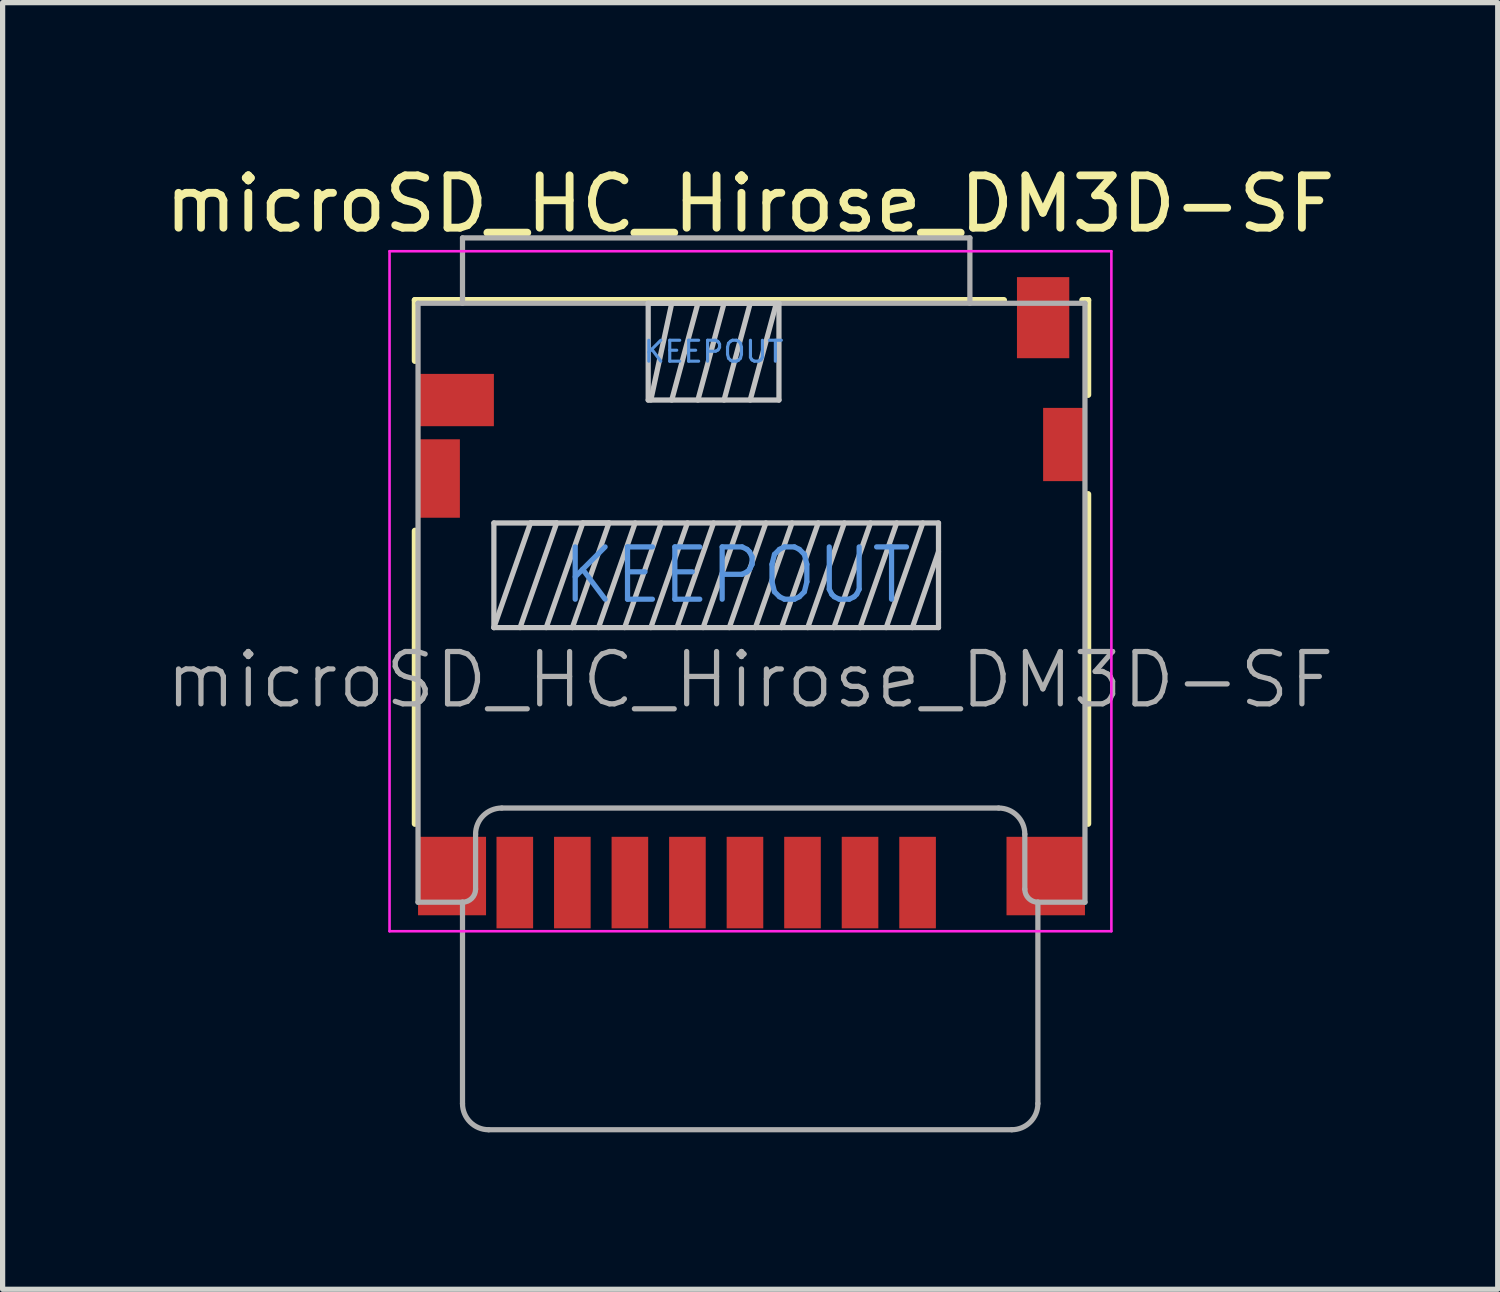
<source format=kicad_pcb>
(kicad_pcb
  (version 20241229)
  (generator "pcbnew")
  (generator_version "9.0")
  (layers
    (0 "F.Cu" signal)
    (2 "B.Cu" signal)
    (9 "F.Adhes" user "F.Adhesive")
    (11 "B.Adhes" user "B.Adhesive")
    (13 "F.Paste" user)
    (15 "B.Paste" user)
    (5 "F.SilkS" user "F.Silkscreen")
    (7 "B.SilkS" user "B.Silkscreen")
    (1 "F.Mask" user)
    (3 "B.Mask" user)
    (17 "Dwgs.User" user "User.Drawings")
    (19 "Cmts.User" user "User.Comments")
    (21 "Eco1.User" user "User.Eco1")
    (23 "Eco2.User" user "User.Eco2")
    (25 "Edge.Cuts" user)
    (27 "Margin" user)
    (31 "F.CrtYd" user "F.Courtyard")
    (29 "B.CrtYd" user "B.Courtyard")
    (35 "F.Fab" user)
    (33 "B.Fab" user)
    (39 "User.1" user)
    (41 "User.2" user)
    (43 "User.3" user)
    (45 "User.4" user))
  (footprint "microSD_HC_Hirose_DM3D-SF"
    (layer "F.Cu")
    (at 11.317 8.473)
    (property "Reference" "microSD_HC_Hirose_DM3D-SF" (at -0.025 -7.625 0) (layer "F.SilkS") (effects (font (size 1 1) (thickness 0.15))))
    (attr smd)
    (fp_line (start -6.435 -5.785) (end 4.825 -5.785) (stroke (width 0.12) (type solid)) (layer "F.SilkS"))
    (fp_line (start -6.435 -4.625) (end -6.435 -5.785) (stroke (width 0.12) (type solid)) (layer "F.SilkS"))
    (fp_line (start -6.435 -1.375) (end -6.435 4.225) (stroke (width 0.12) (type solid)) (layer "F.SilkS"))
    (fp_line (start 6.325 -5.785) (end 6.435 -5.785) (stroke (width 0.12) (type solid)) (layer "F.SilkS"))
    (fp_line (start 6.435 -5.785) (end 6.435 -3.975) (stroke (width 0.12) (type solid)) (layer "F.SilkS"))
    (fp_line (start 6.435 -2.075) (end 6.435 4.225) (stroke (width 0.12) (type solid)) (layer "F.SilkS"))
    (fp_line (start -4.925 -1.525) (end -4.925 0.475) (stroke (width 0.1) (type solid)) (layer "Dwgs.User"))
    (fp_line (start -4.925 -1.525) (end 3.575 -1.525) (stroke (width 0.1) (type solid)) (layer "Dwgs.User"))
    (fp_line (start -4.925 0.475) (end -4.225 -1.525) (stroke (width 0.1) (type solid)) (layer "Dwgs.User"))
    (fp_line (start -4.925 0.475) (end 3.575 0.475) (stroke (width 0.1) (type solid)) (layer "Dwgs.User"))
    (fp_line (start -4.425 0.475) (end -3.725 -1.525) (stroke (width 0.1) (type solid)) (layer "Dwgs.User"))
    (fp_line (start -4.225 -1.525) (end -3.725 -1.525) (stroke (width 0.1) (type solid)) (layer "Dwgs.User"))
    (fp_line (start -3.925 0.475) (end -3.225 -1.525) (stroke (width 0.1) (type solid)) (layer "Dwgs.User"))
    (fp_line (start -3.425 0.475) (end -2.725 -1.525) (stroke (width 0.1) (type solid)) (layer "Dwgs.User"))
    (fp_line (start -3.225 -1.525) (end -2.725 -1.525) (stroke (width 0.1) (type solid)) (layer "Dwgs.User"))
    (fp_line (start -2.925 0.475) (end -2.225 -1.525) (stroke (width 0.1) (type solid)) (layer "Dwgs.User"))
    (fp_line (start -2.425 0.475) (end -1.725 -1.525) (stroke (width 0.1) (type solid)) (layer "Dwgs.User"))
    (fp_line (start -1.975 -5.725) (end -1.975 -3.875) (stroke (width 0.1) (type solid)) (layer "Dwgs.User"))
    (fp_line (start -1.925 -3.875) (end -1.525 -5.725) (stroke (width 0.1) (type solid)) (layer "Dwgs.User"))
    (fp_line (start -1.925 0.475) (end -1.225 -1.525) (stroke (width 0.1) (type solid)) (layer "Dwgs.User"))
    (fp_line (start -1.425 0.475) (end -0.725 -1.525) (stroke (width 0.1) (type solid)) (layer "Dwgs.User"))
    (fp_line (start -1.025 -5.725) (end -1.525 -3.875) (stroke (width 0.1) (type solid)) (layer "Dwgs.User"))
    (fp_line (start -1.025 -3.875) (end -0.525 -5.725) (stroke (width 0.1) (type solid)) (layer "Dwgs.User"))
    (fp_line (start -0.925 0.475) (end -0.225 -1.525) (stroke (width 0.1) (type solid)) (layer "Dwgs.User"))
    (fp_line (start -0.425 0.475) (end 0.275 -1.525) (stroke (width 0.1) (type solid)) (layer "Dwgs.User"))
    (fp_line (start -0.025 -5.725) (end -0.525 -3.875) (stroke (width 0.1) (type solid)) (layer "Dwgs.User"))
    (fp_line (start -0.025 -3.875) (end 0.475 -5.725) (stroke (width 0.1) (type solid)) (layer "Dwgs.User"))
    (fp_line (start 0.075 0.475) (end 0.775 -1.525) (stroke (width 0.1) (type solid)) (layer "Dwgs.User"))
    (fp_line (start 0.525 -5.725) (end -1.975 -5.725) (stroke (width 0.1) (type solid)) (layer "Dwgs.User"))
    (fp_line (start 0.525 -3.875) (end -1.975 -3.875) (stroke (width 0.1) (type solid)) (layer "Dwgs.User"))
    (fp_line (start 0.525 -3.875) (end 0.525 -5.725) (stroke (width 0.1) (type solid)) (layer "Dwgs.User"))
    (fp_line (start 0.575 0.475) (end 1.275 -1.525) (stroke (width 0.1) (type solid)) (layer "Dwgs.User"))
    (fp_line (start 1.075 0.475) (end 1.775 -1.525) (stroke (width 0.1) (type solid)) (layer "Dwgs.User"))
    (fp_line (start 1.575 0.475) (end 2.275 -1.525) (stroke (width 0.1) (type solid)) (layer "Dwgs.User"))
    (fp_line (start 2.075 0.475) (end 2.775 -1.525) (stroke (width 0.1) (type solid)) (layer "Dwgs.User"))
    (fp_line (start 2.575 0.475) (end 3.275 -1.525) (stroke (width 0.1) (type solid)) (layer "Dwgs.User"))
    (fp_line (start 3.075 0.475) (end 3.575 -0.975) (stroke (width 0.1) (type solid)) (layer "Dwgs.User"))
    (fp_line (start 3.575 0.475) (end 3.575 -1.525) (stroke (width 0.1) (type solid)) (layer "Dwgs.User"))
    (fp_line (start -6.92 -6.72) (end 6.88 -6.72) (stroke (width 0.05) (type solid)) (layer "F.CrtYd"))
    (fp_line (start -6.92 6.28) (end -6.92 -6.72) (stroke (width 0.05) (type solid)) (layer "F.CrtYd"))
    (fp_line (start 6.88 -6.72) (end 6.88 6.28) (stroke (width 0.05) (type solid)) (layer "F.CrtYd"))
    (fp_line (start 6.88 6.28) (end -6.92 6.28) (stroke (width 0.05) (type solid)) (layer "F.CrtYd"))
    (fp_line (start -6.375 -5.725) (end 6.375 -5.725) (stroke (width 0.1) (type solid)) (layer "F.Fab"))
    (fp_line (start -6.375 5.725) (end -6.375 -5.725) (stroke (width 0.1) (type solid)) (layer "F.Fab"))
    (fp_line (start -6.375 5.725) (end -5.525 5.725) (stroke (width 0.1) (type solid)) (layer "F.Fab"))
    (fp_line (start -5.525 -6.975) (end 4.175 -6.975) (stroke (width 0.1) (type solid)) (layer "F.Fab"))
    (fp_line (start -5.525 -5.725) (end -5.525 -6.975) (stroke (width 0.1) (type solid)) (layer "F.Fab"))
    (fp_line (start -5.525 5.725) (end -5.525 9.575) (stroke (width 0.1) (type solid)) (layer "F.Fab"))
    (fp_line (start -5.275 5.475) (end -5.275 4.425) (stroke (width 0.1) (type solid)) (layer "F.Fab"))
    (fp_line (start -5.025 10.075) (end 4.975 10.075) (stroke (width 0.1) (type solid)) (layer "F.Fab"))
    (fp_line (start -4.775 3.925) (end 4.725 3.925) (stroke (width 0.1) (type solid)) (layer "F.Fab"))
    (fp_line (start 4.175 -5.725) (end 4.175 -6.975) (stroke (width 0.1) (type solid)) (layer "F.Fab"))
    (fp_line (start 5.225 5.475) (end 5.225 4.425) (stroke (width 0.1) (type solid)) (layer "F.Fab"))
    (fp_line (start 5.475 5.725) (end 6.375 5.725) (stroke (width 0.1) (type solid)) (layer "F.Fab"))
    (fp_line (start 5.475 9.575) (end 5.475 5.725) (stroke (width 0.1) (type solid)) (layer "F.Fab"))
    (fp_line (start 6.375 5.725) (end 6.375 -5.725) (stroke (width 0.1) (type solid)) (layer "F.Fab"))
    (fp_arc (start -5.275 4.425) (mid -5.128553 4.071447) (end -4.775 3.925) (stroke (width 0.1) (type solid)) (layer "F.Fab"))
    (fp_arc (start -5.275 5.475) (mid -5.348223 5.651777) (end -5.525 5.725) (stroke (width 0.1) (type solid)) (layer "F.Fab"))
    (fp_arc (start -5.025 10.075) (mid -5.378553 9.928553) (end -5.525 9.575) (stroke (width 0.1) (type solid)) (layer "F.Fab"))
    (fp_arc (start 4.725 3.925) (mid 5.078553 4.071447) (end 5.225 4.425) (stroke (width 0.1) (type solid)) (layer "F.Fab"))
    (fp_arc (start 5.475 5.725) (mid 5.298223 5.651777) (end 5.225 5.475) (stroke (width 0.1) (type solid)) (layer "F.Fab"))
    (fp_arc (start 5.475 9.575) (mid 5.328553 9.928553) (end 4.975 10.075) (stroke (width 0.1) (type solid)) (layer "F.Fab"))
    (fp_text user "KEEPOUT" (at -0.275 -0.525 0) (layer "Cmts.User") (effects (font (size 1 1) (thickness 0.1))))
    (fp_text user "KEEPOUT" (at -0.725 -4.8 0) (layer "Cmts.User") (effects (font (size 0.4 0.4) (thickness 0.06))))
    (fp_text user "${REFERENCE}" (at -0.025 1.475 0) (layer "F.Fab") (effects (font (size 1 1) (thickness 0.1))))
    (pad "1" smd rect (at 3.175 5.35) (size 0.7 1.75) (layers "F.Cu" "F.Mask" "F.Paste"))
    (pad "2" smd rect (at 2.075 5.35) (size 0.7 1.75) (layers "F.Cu" "F.Mask" "F.Paste"))
    (pad "3" smd rect (at 0.975 5.35) (size 0.7 1.75) (layers "F.Cu" "F.Mask" "F.Paste"))
    (pad "4" smd rect (at -0.125 5.35) (size 0.7 1.75) (layers "F.Cu" "F.Mask" "F.Paste"))
    (pad "5" smd rect (at -1.225 5.35) (size 0.7 1.75) (layers "F.Cu" "F.Mask" "F.Paste"))
    (pad "6" smd rect (at -2.325 5.35) (size 0.7 1.75) (layers "F.Cu" "F.Mask" "F.Paste"))
    (pad "7" smd rect (at -3.425 5.35) (size 0.7 1.75) (layers "F.Cu" "F.Mask" "F.Paste"))
    (pad "8" smd rect (at -4.525 5.35) (size 0.7 1.75) (layers "F.Cu" "F.Mask" "F.Paste"))
    (pad "9" smd rect (at -5.65 -3.875) (size 1.45 1) (layers "F.Cu" "F.Mask" "F.Paste"))
    (pad "10" smd rect (at 5.575 -5.45) (size 1 1.55) (layers "F.Cu" "F.Mask" "F.Paste"))
    (pad "11" smd rect (at -5.975 -2.375) (size 0.8 1.5) (layers "F.Cu" "F.Mask" "F.Paste"))
    (pad "11" smd rect (at -5.725 5.225) (size 1.3 1.5) (layers "F.Cu" "F.Mask" "F.Paste"))
    (pad "11" smd rect (at 5.625 5.225) (size 1.5 1.5) (layers "F.Cu" "F.Mask" "F.Paste"))
    (pad "11" smd rect (at 5.975 -3.025) (size 0.8 1.4) (layers "F.Cu" "F.Mask" "F.Paste")))
  (gr_rect
    (start -3 -3)
    (end 25.583 21.598)
    (stroke (width 0.1) (type default))
    (fill no)
    (layer "Edge.Cuts")))
</source>
